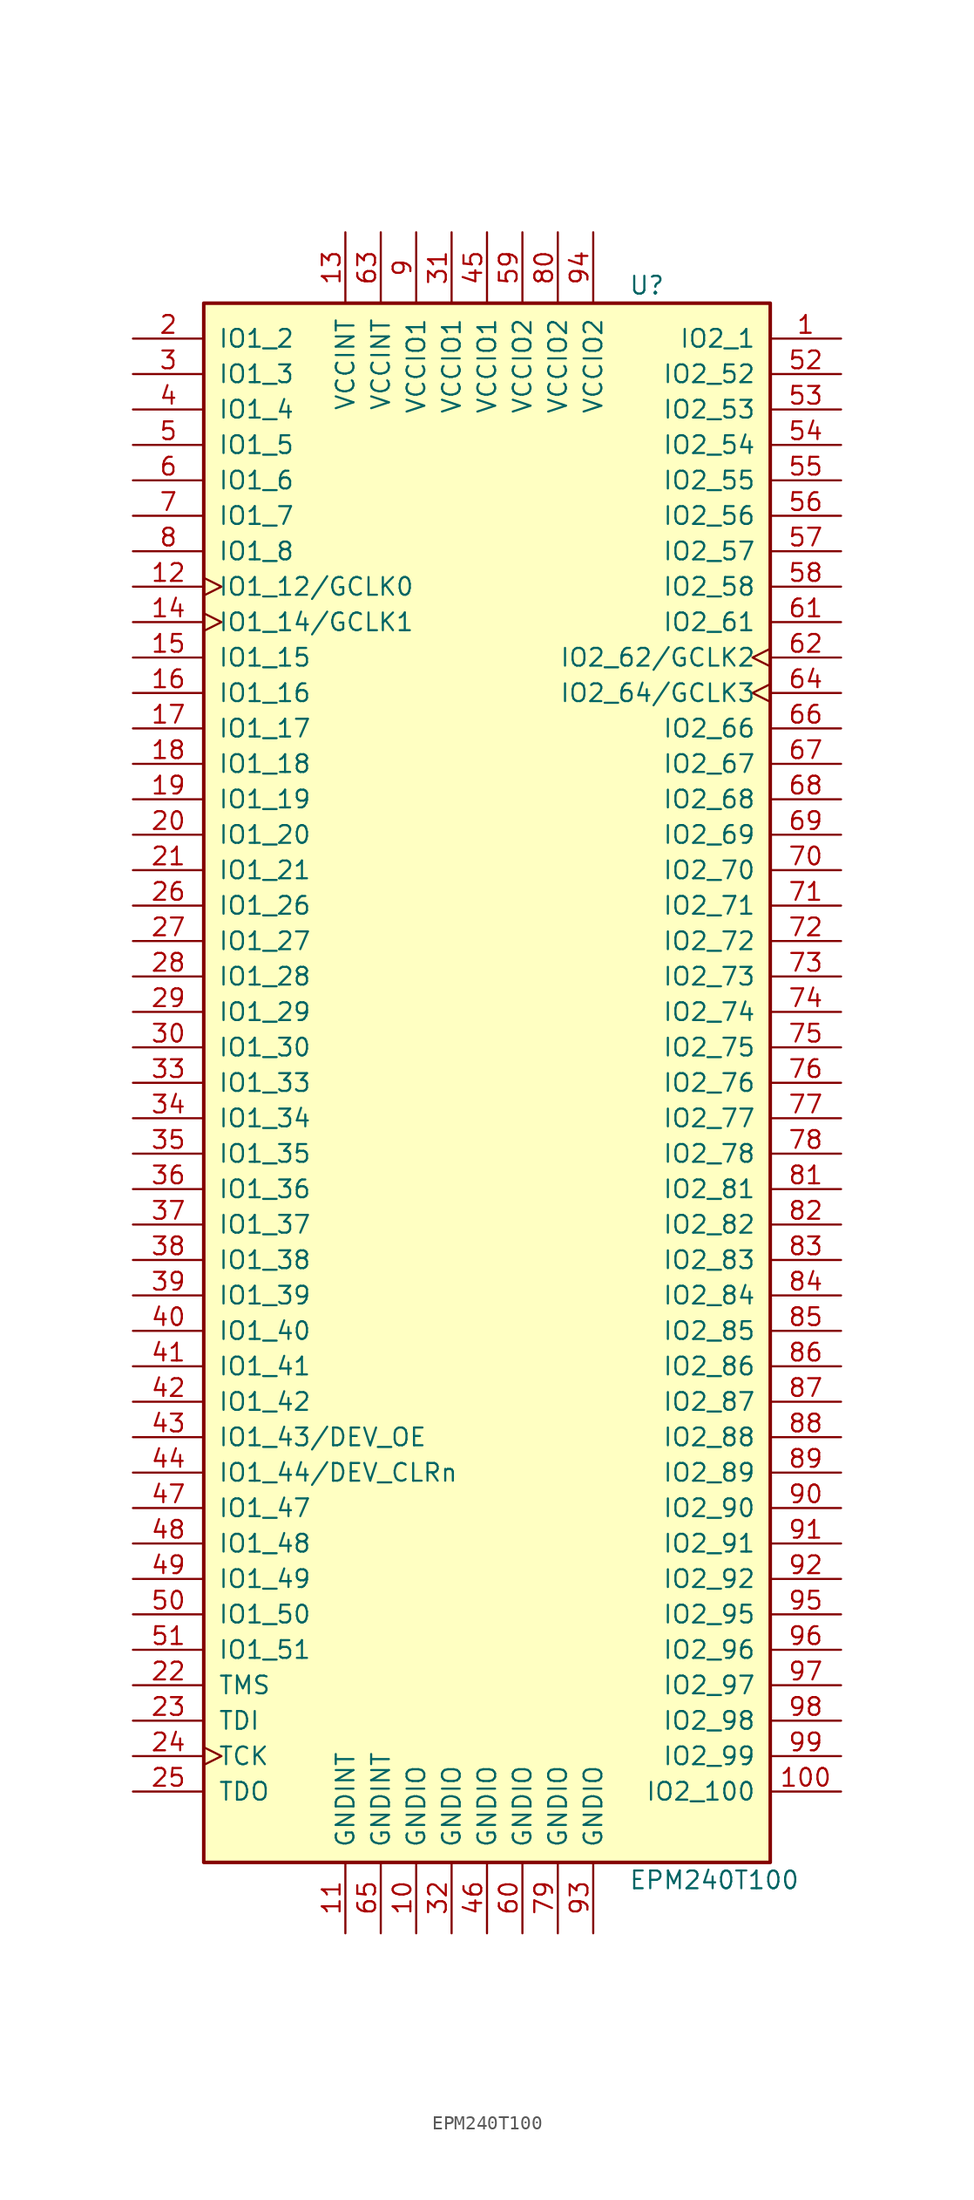
<source format=kicad_sym>
(kicad_symbol_lib
  (version 20201005)
  (generator kicad_symbol_editor)
  (symbol "EPM240T100"
    (pin_names
      (offset 1.016))
    (property "Reference" "U"
      (at 10.16 57.15 0)
      (effects (font (size 1.27 1.27)) (justify left)))
    (property "Value" "EPM240T100"
      (at 10.16 -57.15 0)
      (effects (font (size 1.27 1.27)) (justify left)))
    (property "ki_locked" ""
      (at 0 0 0)
      (effects (font (size 1.27 1.27))))
    (symbol "EPM240T100_1_1"
      (rectangle (start -20.32 55.88) (end 20.32 -55.88) (stroke (width 0.254)) (fill (type background)))
      (pin bidirectional line (at 25.4 53.34 180) (length 5.08) (name "IO2_1" (effects (font (size 1.27 1.27)))) (number "1" (effects (font (size 1.27 1.27)))))
      (pin power_in line (at -5.08 -60.96 90) (length 5.08) (name "GNDIO" (effects (font (size 1.27 1.27)))) (number "10" (effects (font (size 1.27 1.27)))))
      (pin bidirectional line (at 25.4 -50.8 180) (length 5.08) (name "IO2_100" (effects (font (size 1.27 1.27)))) (number "100" (effects (font (size 1.27 1.27)))))
      (pin power_in line (at -10.16 -60.96 90) (length 5.08) (name "GNDINT" (effects (font (size 1.27 1.27)))) (number "11" (effects (font (size 1.27 1.27)))))
      (pin bidirectional clock (at -25.4 35.56 0) (length 5.08) (name "IO1_12/GCLK0" (effects (font (size 1.27 1.27)))) (number "12" (effects (font (size 1.27 1.27)))))
      (pin power_in line (at -10.16 60.96 270) (length 5.08) (name "VCCINT" (effects (font (size 1.27 1.27)))) (number "13" (effects (font (size 1.27 1.27)))))
      (pin bidirectional clock (at -25.4 33.02 0) (length 5.08) (name "IO1_14/GCLK1" (effects (font (size 1.27 1.27)))) (number "14" (effects (font (size 1.27 1.27)))))
      (pin bidirectional line (at -25.4 30.48 0) (length 5.08) (name "IO1_15" (effects (font (size 1.27 1.27)))) (number "15" (effects (font (size 1.27 1.27)))))
      (pin bidirectional line (at -25.4 27.94 0) (length 5.08) (name "IO1_16" (effects (font (size 1.27 1.27)))) (number "16" (effects (font (size 1.27 1.27)))))
      (pin bidirectional line (at -25.4 25.4 0) (length 5.08) (name "IO1_17" (effects (font (size 1.27 1.27)))) (number "17" (effects (font (size 1.27 1.27)))))
      (pin bidirectional line (at -25.4 22.86 0) (length 5.08) (name "IO1_18" (effects (font (size 1.27 1.27)))) (number "18" (effects (font (size 1.27 1.27)))))
      (pin bidirectional line (at -25.4 20.32 0) (length 5.08) (name "IO1_19" (effects (font (size 1.27 1.27)))) (number "19" (effects (font (size 1.27 1.27)))))
      (pin bidirectional line (at -25.4 53.34 0) (length 5.08) (name "IO1_2" (effects (font (size 1.27 1.27)))) (number "2" (effects (font (size 1.27 1.27)))))
      (pin bidirectional line (at -25.4 17.78 0) (length 5.08) (name "IO1_20" (effects (font (size 1.27 1.27)))) (number "20" (effects (font (size 1.27 1.27)))))
      (pin bidirectional line (at -25.4 15.24 0) (length 5.08) (name "IO1_21" (effects (font (size 1.27 1.27)))) (number "21" (effects (font (size 1.27 1.27)))))
      (pin input line (at -25.4 -43.18 0) (length 5.08) (name "TMS" (effects (font (size 1.27 1.27)))) (number "22" (effects (font (size 1.27 1.27)))))
      (pin input line (at -25.4 -45.72 0) (length 5.08) (name "TDI" (effects (font (size 1.27 1.27)))) (number "23" (effects (font (size 1.27 1.27)))))
      (pin input clock (at -25.4 -48.26 0) (length 5.08) (name "TCK" (effects (font (size 1.27 1.27)))) (number "24" (effects (font (size 1.27 1.27)))))
      (pin output line (at -25.4 -50.8 0) (length 5.08) (name "TDO" (effects (font (size 1.27 1.27)))) (number "25" (effects (font (size 1.27 1.27)))))
      (pin bidirectional line (at -25.4 12.7 0) (length 5.08) (name "IO1_26" (effects (font (size 1.27 1.27)))) (number "26" (effects (font (size 1.27 1.27)))))
      (pin bidirectional line (at -25.4 10.16 0) (length 5.08) (name "IO1_27" (effects (font (size 1.27 1.27)))) (number "27" (effects (font (size 1.27 1.27)))))
      (pin bidirectional line (at -25.4 7.62 0) (length 5.08) (name "IO1_28" (effects (font (size 1.27 1.27)))) (number "28" (effects (font (size 1.27 1.27)))))
      (pin bidirectional line (at -25.4 5.08 0) (length 5.08) (name "IO1_29" (effects (font (size 1.27 1.27)))) (number "29" (effects (font (size 1.27 1.27)))))
      (pin bidirectional line (at -25.4 50.8 0) (length 5.08) (name "IO1_3" (effects (font (size 1.27 1.27)))) (number "3" (effects (font (size 1.27 1.27)))))
      (pin bidirectional line (at -25.4 2.54 0) (length 5.08) (name "IO1_30" (effects (font (size 1.27 1.27)))) (number "30" (effects (font (size 1.27 1.27)))))
      (pin power_in line (at -2.54 60.96 270) (length 5.08) (name "VCCIO1" (effects (font (size 1.27 1.27)))) (number "31" (effects (font (size 1.27 1.27)))))
      (pin power_in line (at -2.54 -60.96 90) (length 5.08) (name "GNDIO" (effects (font (size 1.27 1.27)))) (number "32" (effects (font (size 1.27 1.27)))))
      (pin bidirectional line (at -25.4 0 0) (length 5.08) (name "IO1_33" (effects (font (size 1.27 1.27)))) (number "33" (effects (font (size 1.27 1.27)))))
      (pin bidirectional line (at -25.4 -2.54 0) (length 5.08) (name "IO1_34" (effects (font (size 1.27 1.27)))) (number "34" (effects (font (size 1.27 1.27)))))
      (pin bidirectional line (at -25.4 -5.08 0) (length 5.08) (name "IO1_35" (effects (font (size 1.27 1.27)))) (number "35" (effects (font (size 1.27 1.27)))))
      (pin bidirectional line (at -25.4 -7.62 0) (length 5.08) (name "IO1_36" (effects (font (size 1.27 1.27)))) (number "36" (effects (font (size 1.27 1.27)))))
      (pin bidirectional line (at -25.4 -10.16 0) (length 5.08) (name "IO1_37" (effects (font (size 1.27 1.27)))) (number "37" (effects (font (size 1.27 1.27)))))
      (pin bidirectional line (at -25.4 -12.7 0) (length 5.08) (name "IO1_38" (effects (font (size 1.27 1.27)))) (number "38" (effects (font (size 1.27 1.27)))))
      (pin bidirectional line (at -25.4 -15.24 0) (length 5.08) (name "IO1_39" (effects (font (size 1.27 1.27)))) (number "39" (effects (font (size 1.27 1.27)))))
      (pin bidirectional line (at -25.4 48.26 0) (length 5.08) (name "IO1_4" (effects (font (size 1.27 1.27)))) (number "4" (effects (font (size 1.27 1.27)))))
      (pin bidirectional line (at -25.4 -17.78 0) (length 5.08) (name "IO1_40" (effects (font (size 1.27 1.27)))) (number "40" (effects (font (size 1.27 1.27)))))
      (pin bidirectional line (at -25.4 -20.32 0) (length 5.08) (name "IO1_41" (effects (font (size 1.27 1.27)))) (number "41" (effects (font (size 1.27 1.27)))))
      (pin bidirectional line (at -25.4 -22.86 0) (length 5.08) (name "IO1_42" (effects (font (size 1.27 1.27)))) (number "42" (effects (font (size 1.27 1.27)))))
      (pin bidirectional line (at -25.4 -25.4 0) (length 5.08) (name "IO1_43/DEV_OE" (effects (font (size 1.27 1.27)))) (number "43" (effects (font (size 1.27 1.27)))))
      (pin bidirectional line (at -25.4 -27.94 0) (length 5.08) (name "IO1_44/DEV_CLRn" (effects (font (size 1.27 1.27)))) (number "44" (effects (font (size 1.27 1.27)))))
      (pin power_in line (at 0 60.96 270) (length 5.08) (name "VCCIO1" (effects (font (size 1.27 1.27)))) (number "45" (effects (font (size 1.27 1.27)))))
      (pin power_in line (at 0 -60.96 90) (length 5.08) (name "GNDIO" (effects (font (size 1.27 1.27)))) (number "46" (effects (font (size 1.27 1.27)))))
      (pin bidirectional line (at -25.4 -30.48 0) (length 5.08) (name "IO1_47" (effects (font (size 1.27 1.27)))) (number "47" (effects (font (size 1.27 1.27)))))
      (pin bidirectional line (at -25.4 -33.02 0) (length 5.08) (name "IO1_48" (effects (font (size 1.27 1.27)))) (number "48" (effects (font (size 1.27 1.27)))))
      (pin bidirectional line (at -25.4 -35.56 0) (length 5.08) (name "IO1_49" (effects (font (size 1.27 1.27)))) (number "49" (effects (font (size 1.27 1.27)))))
      (pin bidirectional line (at -25.4 45.72 0) (length 5.08) (name "IO1_5" (effects (font (size 1.27 1.27)))) (number "5" (effects (font (size 1.27 1.27)))))
      (pin bidirectional line (at -25.4 -38.1 0) (length 5.08) (name "IO1_50" (effects (font (size 1.27 1.27)))) (number "50" (effects (font (size 1.27 1.27)))))
      (pin bidirectional line (at -25.4 -40.64 0) (length 5.08) (name "IO1_51" (effects (font (size 1.27 1.27)))) (number "51" (effects (font (size 1.27 1.27)))))
      (pin bidirectional line (at 25.4 50.8 180) (length 5.08) (name "IO2_52" (effects (font (size 1.27 1.27)))) (number "52" (effects (font (size 1.27 1.27)))))
      (pin bidirectional line (at 25.4 48.26 180) (length 5.08) (name "IO2_53" (effects (font (size 1.27 1.27)))) (number "53" (effects (font (size 1.27 1.27)))))
      (pin bidirectional line (at 25.4 45.72 180) (length 5.08) (name "IO2_54" (effects (font (size 1.27 1.27)))) (number "54" (effects (font (size 1.27 1.27)))))
      (pin bidirectional line (at 25.4 43.18 180) (length 5.08) (name "IO2_55" (effects (font (size 1.27 1.27)))) (number "55" (effects (font (size 1.27 1.27)))))
      (pin bidirectional line (at 25.4 40.64 180) (length 5.08) (name "IO2_56" (effects (font (size 1.27 1.27)))) (number "56" (effects (font (size 1.27 1.27)))))
      (pin bidirectional line (at 25.4 38.1 180) (length 5.08) (name "IO2_57" (effects (font (size 1.27 1.27)))) (number "57" (effects (font (size 1.27 1.27)))))
      (pin bidirectional line (at 25.4 35.56 180) (length 5.08) (name "IO2_58" (effects (font (size 1.27 1.27)))) (number "58" (effects (font (size 1.27 1.27)))))
      (pin power_in line (at 2.54 60.96 270) (length 5.08) (name "VCCIO2" (effects (font (size 1.27 1.27)))) (number "59" (effects (font (size 1.27 1.27)))))
      (pin bidirectional line (at -25.4 43.18 0) (length 5.08) (name "IO1_6" (effects (font (size 1.27 1.27)))) (number "6" (effects (font (size 1.27 1.27)))))
      (pin power_in line (at 2.54 -60.96 90) (length 5.08) (name "GNDIO" (effects (font (size 1.27 1.27)))) (number "60" (effects (font (size 1.27 1.27)))))
      (pin bidirectional line (at 25.4 33.02 180) (length 5.08) (name "IO2_61" (effects (font (size 1.27 1.27)))) (number "61" (effects (font (size 1.27 1.27)))))
      (pin bidirectional clock (at 25.4 30.48 180) (length 5.08) (name "IO2_62/GCLK2" (effects (font (size 1.27 1.27)))) (number "62" (effects (font (size 1.27 1.27)))))
      (pin power_in line (at -7.62 60.96 270) (length 5.08) (name "VCCINT" (effects (font (size 1.27 1.27)))) (number "63" (effects (font (size 1.27 1.27)))))
      (pin bidirectional clock (at 25.4 27.94 180) (length 5.08) (name "IO2_64/GCLK3" (effects (font (size 1.27 1.27)))) (number "64" (effects (font (size 1.27 1.27)))))
      (pin power_in line (at -7.62 -60.96 90) (length 5.08) (name "GNDINT" (effects (font (size 1.27 1.27)))) (number "65" (effects (font (size 1.27 1.27)))))
      (pin bidirectional line (at 25.4 25.4 180) (length 5.08) (name "IO2_66" (effects (font (size 1.27 1.27)))) (number "66" (effects (font (size 1.27 1.27)))))
      (pin bidirectional line (at 25.4 22.86 180) (length 5.08) (name "IO2_67" (effects (font (size 1.27 1.27)))) (number "67" (effects (font (size 1.27 1.27)))))
      (pin bidirectional line (at 25.4 20.32 180) (length 5.08) (name "IO2_68" (effects (font (size 1.27 1.27)))) (number "68" (effects (font (size 1.27 1.27)))))
      (pin bidirectional line (at 25.4 17.78 180) (length 5.08) (name "IO2_69" (effects (font (size 1.27 1.27)))) (number "69" (effects (font (size 1.27 1.27)))))
      (pin bidirectional line (at -25.4 40.64 0) (length 5.08) (name "IO1_7" (effects (font (size 1.27 1.27)))) (number "7" (effects (font (size 1.27 1.27)))))
      (pin bidirectional line (at 25.4 15.24 180) (length 5.08) (name "IO2_70" (effects (font (size 1.27 1.27)))) (number "70" (effects (font (size 1.27 1.27)))))
      (pin bidirectional line (at 25.4 12.7 180) (length 5.08) (name "IO2_71" (effects (font (size 1.27 1.27)))) (number "71" (effects (font (size 1.27 1.27)))))
      (pin bidirectional line (at 25.4 10.16 180) (length 5.08) (name "IO2_72" (effects (font (size 1.27 1.27)))) (number "72" (effects (font (size 1.27 1.27)))))
      (pin bidirectional line (at 25.4 7.62 180) (length 5.08) (name "IO2_73" (effects (font (size 1.27 1.27)))) (number "73" (effects (font (size 1.27 1.27)))))
      (pin bidirectional line (at 25.4 5.08 180) (length 5.08) (name "IO2_74" (effects (font (size 1.27 1.27)))) (number "74" (effects (font (size 1.27 1.27)))))
      (pin bidirectional line (at 25.4 2.54 180) (length 5.08) (name "IO2_75" (effects (font (size 1.27 1.27)))) (number "75" (effects (font (size 1.27 1.27)))))
      (pin bidirectional line (at 25.4 0 180) (length 5.08) (name "IO2_76" (effects (font (size 1.27 1.27)))) (number "76" (effects (font (size 1.27 1.27)))))
      (pin bidirectional line (at 25.4 -2.54 180) (length 5.08) (name "IO2_77" (effects (font (size 1.27 1.27)))) (number "77" (effects (font (size 1.27 1.27)))))
      (pin bidirectional line (at 25.4 -5.08 180) (length 5.08) (name "IO2_78" (effects (font (size 1.27 1.27)))) (number "78" (effects (font (size 1.27 1.27)))))
      (pin power_in line (at 5.08 -60.96 90) (length 5.08) (name "GNDIO" (effects (font (size 1.27 1.27)))) (number "79" (effects (font (size 1.27 1.27)))))
      (pin bidirectional line (at -25.4 38.1 0) (length 5.08) (name "IO1_8" (effects (font (size 1.27 1.27)))) (number "8" (effects (font (size 1.27 1.27)))))
      (pin power_in line (at 5.08 60.96 270) (length 5.08) (name "VCCIO2" (effects (font (size 1.27 1.27)))) (number "80" (effects (font (size 1.27 1.27)))))
      (pin bidirectional line (at 25.4 -7.62 180) (length 5.08) (name "IO2_81" (effects (font (size 1.27 1.27)))) (number "81" (effects (font (size 1.27 1.27)))))
      (pin bidirectional line (at 25.4 -10.16 180) (length 5.08) (name "IO2_82" (effects (font (size 1.27 1.27)))) (number "82" (effects (font (size 1.27 1.27)))))
      (pin bidirectional line (at 25.4 -12.7 180) (length 5.08) (name "IO2_83" (effects (font (size 1.27 1.27)))) (number "83" (effects (font (size 1.27 1.27)))))
      (pin bidirectional line (at 25.4 -15.24 180) (length 5.08) (name "IO2_84" (effects (font (size 1.27 1.27)))) (number "84" (effects (font (size 1.27 1.27)))))
      (pin bidirectional line (at 25.4 -17.78 180) (length 5.08) (name "IO2_85" (effects (font (size 1.27 1.27)))) (number "85" (effects (font (size 1.27 1.27)))))
      (pin bidirectional line (at 25.4 -20.32 180) (length 5.08) (name "IO2_86" (effects (font (size 1.27 1.27)))) (number "86" (effects (font (size 1.27 1.27)))))
      (pin bidirectional line (at 25.4 -22.86 180) (length 5.08) (name "IO2_87" (effects (font (size 1.27 1.27)))) (number "87" (effects (font (size 1.27 1.27)))))
      (pin bidirectional line (at 25.4 -25.4 180) (length 5.08) (name "IO2_88" (effects (font (size 1.27 1.27)))) (number "88" (effects (font (size 1.27 1.27)))))
      (pin bidirectional line (at 25.4 -27.94 180) (length 5.08) (name "IO2_89" (effects (font (size 1.27 1.27)))) (number "89" (effects (font (size 1.27 1.27)))))
      (pin power_in line (at -5.08 60.96 270) (length 5.08) (name "VCCIO1" (effects (font (size 1.27 1.27)))) (number "9" (effects (font (size 1.27 1.27)))))
      (pin bidirectional line (at 25.4 -30.48 180) (length 5.08) (name "IO2_90" (effects (font (size 1.27 1.27)))) (number "90" (effects (font (size 1.27 1.27)))))
      (pin bidirectional line (at 25.4 -33.02 180) (length 5.08) (name "IO2_91" (effects (font (size 1.27 1.27)))) (number "91" (effects (font (size 1.27 1.27)))))
      (pin bidirectional line (at 25.4 -35.56 180) (length 5.08) (name "IO2_92" (effects (font (size 1.27 1.27)))) (number "92" (effects (font (size 1.27 1.27)))))
      (pin power_in line (at 7.62 -60.96 90) (length 5.08) (name "GNDIO" (effects (font (size 1.27 1.27)))) (number "93" (effects (font (size 1.27 1.27)))))
      (pin power_in line (at 7.62 60.96 270) (length 5.08) (name "VCCIO2" (effects (font (size 1.27 1.27)))) (number "94" (effects (font (size 1.27 1.27)))))
      (pin bidirectional line (at 25.4 -38.1 180) (length 5.08) (name "IO2_95" (effects (font (size 1.27 1.27)))) (number "95" (effects (font (size 1.27 1.27)))))
      (pin bidirectional line (at 25.4 -40.64 180) (length 5.08) (name "IO2_96" (effects (font (size 1.27 1.27)))) (number "96" (effects (font (size 1.27 1.27)))))
      (pin bidirectional line (at 25.4 -43.18 180) (length 5.08) (name "IO2_97" (effects (font (size 1.27 1.27)))) (number "97" (effects (font (size 1.27 1.27)))))
      (pin bidirectional line (at 25.4 -45.72 180) (length 5.08) (name "IO2_98" (effects (font (size 1.27 1.27)))) (number "98" (effects (font (size 1.27 1.27)))))
      (pin bidirectional line (at 25.4 -48.26 180) (length 5.08) (name "IO2_99" (effects (font (size 1.27 1.27)))) (number "99" (effects (font (size 1.27 1.27))))))))
</source>
